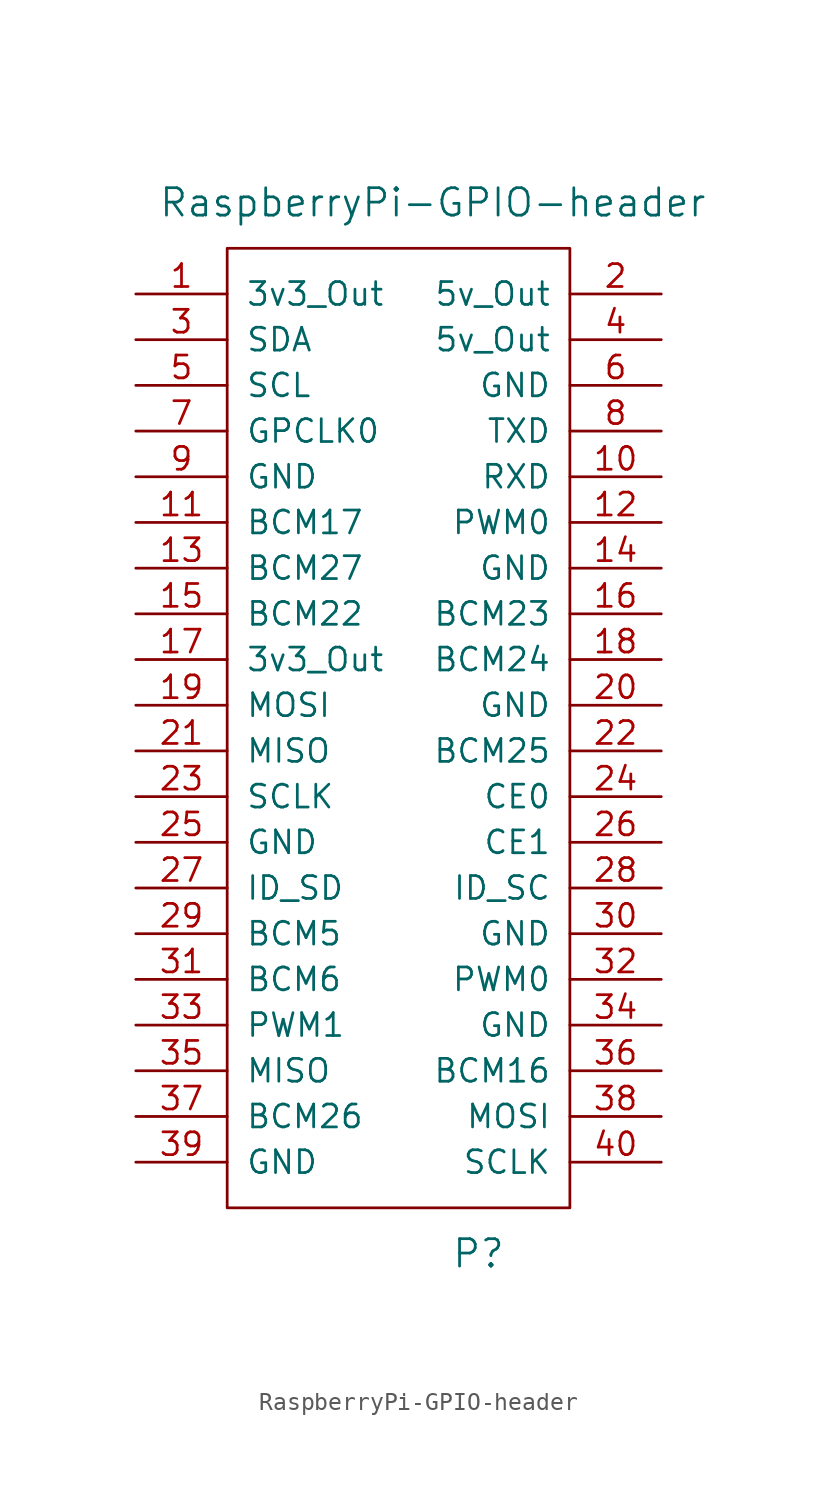
<source format=kicad_sym>
(kicad_symbol_lib
  (version 20231120)
  (generator "kicad_symbol_editor")
  (generator_version "8.0")
  (symbol "RaspberryPi-GPIO-header"
    (pin_names
      (offset 1.016))
    (property "Reference" "P"
      (at 3.81 -31.75 0)
      (effects (font (size 1.524 1.524))))
    (property "Value" "RaspberryPi-GPIO-header"
      (at 1.27 26.67 0)
      (effects (font (size 1.524 1.524))))
    (symbol "RaspberryPi-GPIO-header_0_1"
      (rectangle (start -10.16 24.13) (end 8.89 -29.21) (stroke (width 0) (type solid)) (fill (type none))))
    (symbol "RaspberryPi-GPIO-header_1_1"
      (pin power_out line (at -15.24 21.59 0) (length 5.08) (name "3v3_Out" (effects (font (size 1.27 1.27)))) (number "1" (effects (font (size 1.27 1.27)))))
      (pin bidirectional line (at 13.97 11.43 180) (length 5.08) (name "RXD" (effects (font (size 1.27 1.27)))) (number "10" (effects (font (size 1.27 1.27)))))
      (pin bidirectional line (at -15.24 8.89 0) (length 5.08) (name "BCM17" (effects (font (size 1.27 1.27)))) (number "11" (effects (font (size 1.27 1.27)))))
      (pin bidirectional line (at 13.97 8.89 180) (length 5.08) (name "PWM0" (effects (font (size 1.27 1.27)))) (number "12" (effects (font (size 1.27 1.27)))))
      (pin bidirectional line (at -15.24 6.35 0) (length 5.08) (name "BCM27" (effects (font (size 1.27 1.27)))) (number "13" (effects (font (size 1.27 1.27)))))
      (pin power_in line (at 13.97 6.35 180) (length 5.08) (name "GND" (effects (font (size 1.27 1.27)))) (number "14" (effects (font (size 1.27 1.27)))))
      (pin bidirectional line (at -15.24 3.81 0) (length 5.08) (name "BCM22" (effects (font (size 1.27 1.27)))) (number "15" (effects (font (size 1.27 1.27)))))
      (pin bidirectional line (at 13.97 3.81 180) (length 5.08) (name "BCM23" (effects (font (size 1.27 1.27)))) (number "16" (effects (font (size 1.27 1.27)))))
      (pin power_out line (at -15.24 1.27 0) (length 5.08) (name "3v3_Out" (effects (font (size 1.27 1.27)))) (number "17" (effects (font (size 1.27 1.27)))))
      (pin bidirectional line (at 13.97 1.27 180) (length 5.08) (name "BCM24" (effects (font (size 1.27 1.27)))) (number "18" (effects (font (size 1.27 1.27)))))
      (pin bidirectional line (at -15.24 -1.27 0) (length 5.08) (name "MOSI" (effects (font (size 1.27 1.27)))) (number "19" (effects (font (size 1.27 1.27)))))
      (pin power_out line (at 13.97 21.59 180) (length 5.08) (name "5v_Out" (effects (font (size 1.27 1.27)))) (number "2" (effects (font (size 1.27 1.27)))))
      (pin power_in line (at 13.97 -1.27 180) (length 5.08) (name "GND" (effects (font (size 1.27 1.27)))) (number "20" (effects (font (size 1.27 1.27)))))
      (pin bidirectional line (at -15.24 -3.81 0) (length 5.08) (name "MISO" (effects (font (size 1.27 1.27)))) (number "21" (effects (font (size 1.27 1.27)))))
      (pin bidirectional line (at 13.97 -3.81 180) (length 5.08) (name "BCM25" (effects (font (size 1.27 1.27)))) (number "22" (effects (font (size 1.27 1.27)))))
      (pin bidirectional line (at -15.24 -6.35 0) (length 5.08) (name "SCLK" (effects (font (size 1.27 1.27)))) (number "23" (effects (font (size 1.27 1.27)))))
      (pin bidirectional line (at 13.97 -6.35 180) (length 5.08) (name "CE0" (effects (font (size 1.27 1.27)))) (number "24" (effects (font (size 1.27 1.27)))))
      (pin power_in line (at -15.24 -8.89 0) (length 5.08) (name "GND" (effects (font (size 1.27 1.27)))) (number "25" (effects (font (size 1.27 1.27)))))
      (pin bidirectional line (at 13.97 -8.89 180) (length 5.08) (name "CE1" (effects (font (size 1.27 1.27)))) (number "26" (effects (font (size 1.27 1.27)))))
      (pin bidirectional line (at -15.24 -11.43 0) (length 5.08) (name "ID_SD" (effects (font (size 1.27 1.27)))) (number "27" (effects (font (size 1.27 1.27)))))
      (pin bidirectional line (at 13.97 -11.43 180) (length 5.08) (name "ID_SC" (effects (font (size 1.27 1.27)))) (number "28" (effects (font (size 1.27 1.27)))))
      (pin bidirectional line (at -15.24 -13.97 0) (length 5.08) (name "BCM5" (effects (font (size 1.27 1.27)))) (number "29" (effects (font (size 1.27 1.27)))))
      (pin bidirectional line (at -15.24 19.05 0) (length 5.08) (name "SDA" (effects (font (size 1.27 1.27)))) (number "3" (effects (font (size 1.27 1.27)))))
      (pin power_in line (at 13.97 -13.97 180) (length 5.08) (name "GND" (effects (font (size 1.27 1.27)))) (number "30" (effects (font (size 1.27 1.27)))))
      (pin bidirectional line (at -15.24 -16.51 0) (length 5.08) (name "BCM6" (effects (font (size 1.27 1.27)))) (number "31" (effects (font (size 1.27 1.27)))))
      (pin bidirectional line (at 13.97 -16.51 180) (length 5.08) (name "PWM0" (effects (font (size 1.27 1.27)))) (number "32" (effects (font (size 1.27 1.27)))))
      (pin bidirectional line (at -15.24 -19.05 0) (length 5.08) (name "PWM1" (effects (font (size 1.27 1.27)))) (number "33" (effects (font (size 1.27 1.27)))))
      (pin power_in line (at 13.97 -19.05 180) (length 5.08) (name "GND" (effects (font (size 1.27 1.27)))) (number "34" (effects (font (size 1.27 1.27)))))
      (pin bidirectional line (at -15.24 -21.59 0) (length 5.08) (name "MISO" (effects (font (size 1.27 1.27)))) (number "35" (effects (font (size 1.27 1.27)))))
      (pin bidirectional line (at 13.97 -21.59 180) (length 5.08) (name "BCM16" (effects (font (size 1.27 1.27)))) (number "36" (effects (font (size 1.27 1.27)))))
      (pin bidirectional line (at -15.24 -24.13 0) (length 5.08) (name "BCM26" (effects (font (size 1.27 1.27)))) (number "37" (effects (font (size 1.27 1.27)))))
      (pin bidirectional line (at 13.97 -24.13 180) (length 5.08) (name "MOSI" (effects (font (size 1.27 1.27)))) (number "38" (effects (font (size 1.27 1.27)))))
      (pin power_in line (at -15.24 -26.67 0) (length 5.08) (name "GND" (effects (font (size 1.27 1.27)))) (number "39" (effects (font (size 1.27 1.27)))))
      (pin power_out line (at 13.97 19.05 180) (length 5.08) (name "5v_Out" (effects (font (size 1.27 1.27)))) (number "4" (effects (font (size 1.27 1.27)))))
      (pin bidirectional line (at 13.97 -26.67 180) (length 5.08) (name "SCLK" (effects (font (size 1.27 1.27)))) (number "40" (effects (font (size 1.27 1.27)))))
      (pin bidirectional line (at -15.24 16.51 0) (length 5.08) (name "SCL" (effects (font (size 1.27 1.27)))) (number "5" (effects (font (size 1.27 1.27)))))
      (pin power_in line (at 13.97 16.51 180) (length 5.08) (name "GND" (effects (font (size 1.27 1.27)))) (number "6" (effects (font (size 1.27 1.27)))))
      (pin bidirectional line (at -15.24 13.97 0) (length 5.08) (name "GPCLK0" (effects (font (size 1.27 1.27)))) (number "7" (effects (font (size 1.27 1.27)))))
      (pin bidirectional line (at 13.97 13.97 180) (length 5.08) (name "TXD" (effects (font (size 1.27 1.27)))) (number "8" (effects (font (size 1.27 1.27)))))
      (pin power_in line (at -15.24 11.43 0) (length 5.08) (name "GND" (effects (font (size 1.27 1.27)))) (number "9" (effects (font (size 1.27 1.27))))))))
</source>
